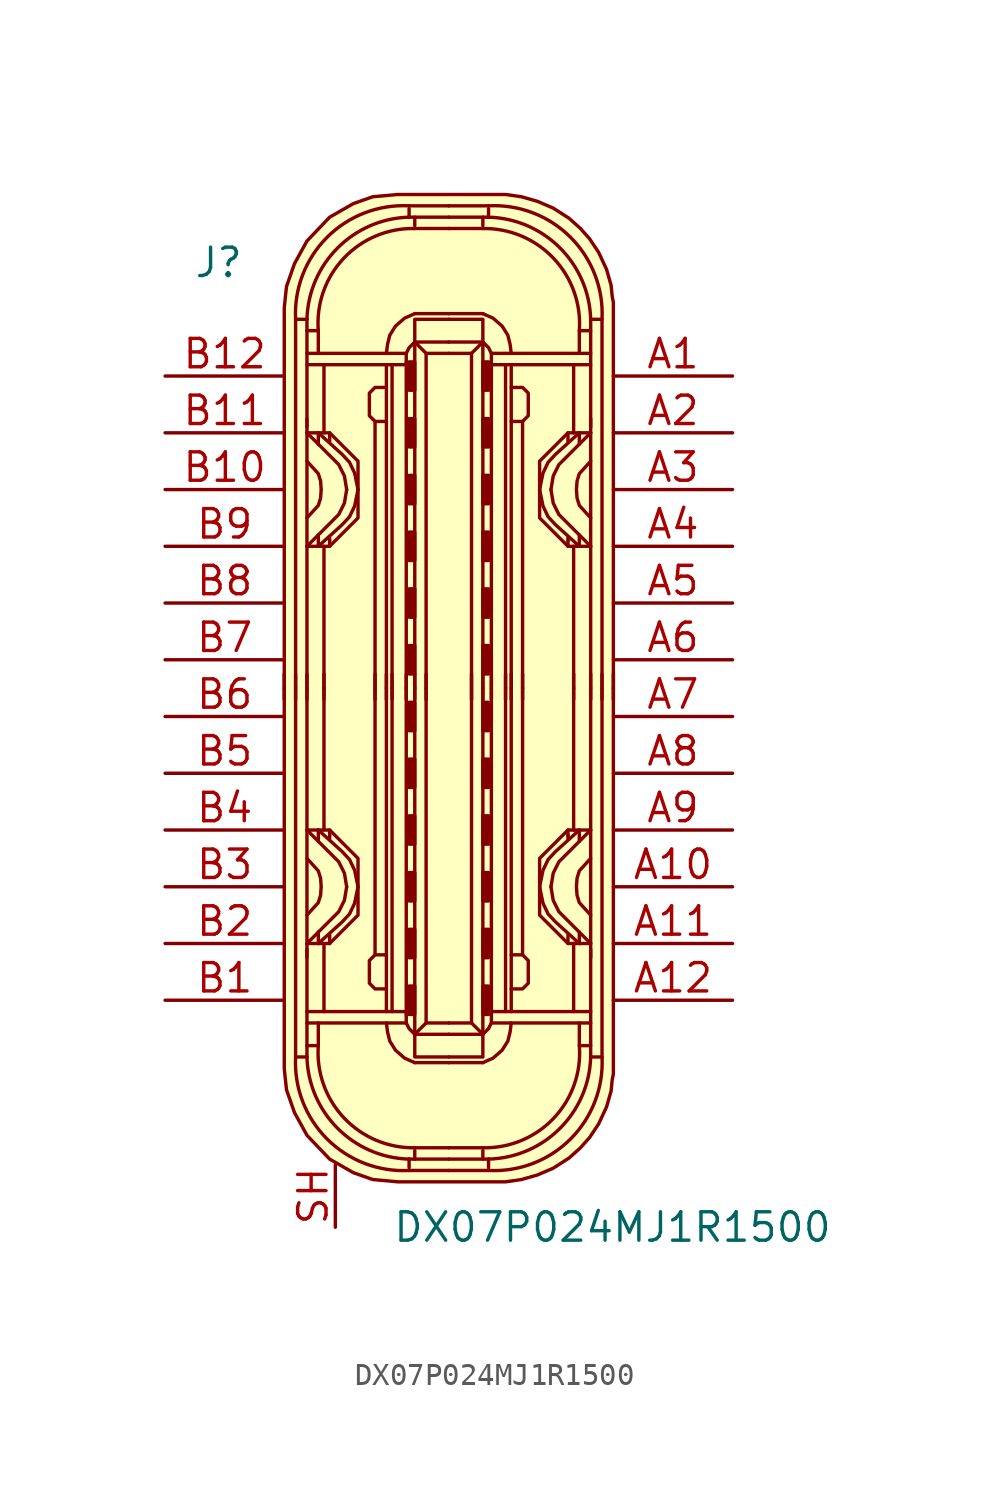
<source format=kicad_sym>
(kicad_symbol_lib
  (version 20201005)
  (generator kicad_symbol_editor)
  (symbol "DX07P024MJ1R1500"
    (pin_names
      (offset 1.016))
    (property "Reference" "J"
      (at -11.43 19.05 0)
      (effects (font (size 1.27 1.27)) (justify left)))
    (property "Value" "DX07P024MJ1R1500"
      (at -2.54 -24.13 0)
      (effects (font (size 1.27 1.27)) (justify left)))
    (symbol "DX07P024MJ1R1500_1_1"
      (arc (start -1.778 -21.59) (end -6.858 -16.51) (radius (at -2.032 -16.764) (length 4.826) (angles -87 177)) (stroke (width 0)) (fill (type none)))
      (arc (start -6.858 16.51) (end -1.778 21.59) (radius (at -2.032 16.764) (length 4.826) (angles -177 87)) (stroke (width 0)) (fill (type none)))
      (arc (start -6.35 -16.51) (end -1.778 -21.082) (radius (at -1.651 -16.383) (length 4.699) (angles -178.5 -91.5)) (stroke (width 0)) (fill (type none)))
      (arc (start -1.778 21.082) (end -6.35 16.51) (radius (at -1.651 16.383) (length 4.699) (angles 91.5 178.5)) (stroke (width 0)) (fill (type none)))
      (arc (start -5.842 -16.002) (end -1.524 -20.574) (radius (at -1.6002 -16.3322) (length 4.2672) (angles 175.5 -89)) (stroke (width 0)) (fill (type none)))
      (arc (start -1.524 20.574) (end -5.842 16.002) (radius (at -1.6002 16.3322) (length 4.2672) (angles 89 -175.5)) (stroke (width 0)) (fill (type none)))
      (arc (start 1.524 -20.574) (end 5.842 -16.002) (radius (at 1.6002 -16.3322) (length 4.2672) (angles -91 4.5)) (stroke (width 0)) (fill (type none)))
      (arc (start 5.842 16.002) (end 1.524 20.574) (radius (at 1.6002 16.3322) (length 4.2672) (angles -4.5 91)) (stroke (width 0)) (fill (type none)))
      (arc (start 1.778 -21.082) (end 6.35 -16.51) (radius (at 1.651 -16.383) (length 4.699) (angles -88.5 -1.5)) (stroke (width 0)) (fill (type none)))
      (arc (start 6.35 16.51) (end 1.778 21.082) (radius (at 1.651 16.383) (length 4.699) (angles 1.5 88.5)) (stroke (width 0)) (fill (type none)))
      (arc (start 6.858 -16.51) (end 1.778 -21.59) (radius (at 2.032 -16.764) (length 4.826) (angles 3 -93)) (stroke (width 0)) (fill (type none)))
      (arc (start 1.778 21.59) (end 6.858 16.51) (radius (at 2.032 16.764) (length 4.826) (angles 93 -3)) (stroke (width 0)) (fill (type none)))
      (rectangle (start -1.778 -14.605) (end -1.524 -13.335) (stroke (width 0)) (fill (type outline)))
      (rectangle (start -1.778 -12.065) (end -1.524 -10.795) (stroke (width 0)) (fill (type outline)))
      (rectangle (start -1.778 -9.525) (end -1.524 -8.255) (stroke (width 0)) (fill (type outline)))
      (rectangle (start -1.778 -6.985) (end -1.524 -5.715) (stroke (width 0)) (fill (type outline)))
      (rectangle (start -1.778 -4.445) (end -1.524 -3.175) (stroke (width 0)) (fill (type outline)))
      (rectangle (start -1.778 -1.905) (end -1.524 -0.635) (stroke (width 0)) (fill (type outline)))
      (rectangle (start -1.778 1.905) (end -1.524 0.635) (stroke (width 0)) (fill (type outline)))
      (rectangle (start -1.778 4.445) (end -1.524 3.175) (stroke (width 0)) (fill (type outline)))
      (rectangle (start -1.778 6.985) (end -1.524 5.715) (stroke (width 0)) (fill (type outline)))
      (rectangle (start -1.778 9.525) (end -1.524 8.255) (stroke (width 0)) (fill (type outline)))
      (rectangle (start -1.778 12.065) (end -1.524 10.795) (stroke (width 0)) (fill (type outline)))
      (rectangle (start -1.778 14.605) (end -1.524 13.335) (stroke (width 0)) (fill (type outline)))
      (rectangle (start 1.778 -14.605) (end 1.524 -13.335) (stroke (width 0)) (fill (type outline)))
      (rectangle (start 1.778 -12.065) (end 1.524 -10.795) (stroke (width 0)) (fill (type outline)))
      (rectangle (start 1.778 -9.525) (end 1.524 -8.255) (stroke (width 0)) (fill (type outline)))
      (rectangle (start 1.778 -6.985) (end 1.524 -5.715) (stroke (width 0)) (fill (type outline)))
      (rectangle (start 1.778 -4.445) (end 1.524 -3.175) (stroke (width 0)) (fill (type outline)))
      (rectangle (start 1.778 -1.905) (end 1.524 -0.635) (stroke (width 0)) (fill (type outline)))
      (rectangle (start 1.778 1.905) (end 1.524 0.635) (stroke (width 0)) (fill (type outline)))
      (rectangle (start 1.778 4.445) (end 1.524 3.175) (stroke (width 0)) (fill (type outline)))
      (rectangle (start 1.778 6.985) (end 1.524 5.715) (stroke (width 0)) (fill (type outline)))
      (rectangle (start 1.778 9.525) (end 1.524 8.255) (stroke (width 0)) (fill (type outline)))
      (rectangle (start 1.778 12.065) (end 1.524 10.795) (stroke (width 0)) (fill (type outline)))
      (rectangle (start 1.778 14.605) (end 1.524 13.335) (stroke (width 0)) (fill (type outline)))
      (polyline (pts (xy -7.366 -0.508) (xy -7.366 0.635)) (stroke (width 0)) (fill (type none)))
      (polyline (pts (xy -6.858 -0.508) (xy -6.858 0.635)) (stroke (width 0)) (fill (type none)))
      (polyline (pts (xy -6.35 -14.986) (xy -1.905 -14.986)) (stroke (width 0)) (fill (type none)))
      (polyline (pts (xy -6.35 -12.065) (xy -6.35 0)) (stroke (width 0)) (fill (type none)))
      (polyline (pts (xy -6.35 -0.508) (xy -6.35 0.635)) (stroke (width 0)) (fill (type none)))
      (polyline (pts (xy -6.35 12.065) (xy -6.35 0)) (stroke (width 0)) (fill (type none)))
      (polyline (pts (xy -6.35 14.986) (xy -1.905 14.986)) (stroke (width 0)) (fill (type none)))
      (polyline (pts (xy -5.842 -11.43) (xy -5.842 -10.922)) (stroke (width 0)) (fill (type none)))
      (polyline (pts (xy -5.842 -6.35) (xy -5.842 -6.858)) (stroke (width 0)) (fill (type none)))
      (polyline (pts (xy -5.842 6.35) (xy -5.842 6.858)) (stroke (width 0)) (fill (type none)))
      (polyline (pts (xy -5.842 11.43) (xy -5.842 10.922)) (stroke (width 0)) (fill (type none)))
      (polyline (pts (xy -5.588 -14.478) (xy -5.588 -11.43)) (stroke (width 0)) (fill (type none)))
      (polyline (pts (xy -5.588 -6.35) (xy -5.588 0)) (stroke (width 0)) (fill (type none)))
      (polyline (pts (xy -5.588 -0.508) (xy -5.588 0.635)) (stroke (width 0)) (fill (type none)))
      (polyline (pts (xy -5.588 6.35) (xy -5.588 0)) (stroke (width 0)) (fill (type none)))
      (polyline (pts (xy -5.588 14.478) (xy -5.588 11.43)) (stroke (width 0)) (fill (type none)))
      (polyline (pts (xy -5.334 -11.43) (xy -5.334 -11.049)) (stroke (width 0)) (fill (type none)))
      (polyline (pts (xy -5.334 -6.604) (xy -5.334 -6.731)) (stroke (width 0)) (fill (type none)))
      (polyline (pts (xy -5.334 -6.35) (xy -5.334 -6.604)) (stroke (width 0)) (fill (type none)))
      (polyline (pts (xy -5.334 6.35) (xy -5.334 6.604)) (stroke (width 0)) (fill (type none)))
      (polyline (pts (xy -5.334 6.604) (xy -5.334 6.731)) (stroke (width 0)) (fill (type none)))
      (polyline (pts (xy -5.334 11.43) (xy -5.334 11.049)) (stroke (width 0)) (fill (type none)))
      (polyline (pts (xy -3.302 -0.508) (xy -3.302 0.635)) (stroke (width 0)) (fill (type none)))
      (polyline (pts (xy -3.302 0) (xy -3.302 -11.938)) (stroke (width 0)) (fill (type none)))
      (polyline (pts (xy -3.302 0) (xy -3.302 11.938)) (stroke (width 0)) (fill (type none)))
      (polyline (pts (xy -2.794 -0.508) (xy -2.794 0.635)) (stroke (width 0)) (fill (type none)))
      (polyline (pts (xy -2.794 0) (xy -2.794 -14.478)) (stroke (width 0)) (fill (type none)))
      (polyline (pts (xy -2.794 0) (xy -2.794 14.478)) (stroke (width 0)) (fill (type none)))
      (polyline (pts (xy -2.54 -14.478) (xy -2.54 0)) (stroke (width 0)) (fill (type none)))
      (polyline (pts (xy -2.54 -0.508) (xy -2.54 0.635)) (stroke (width 0)) (fill (type none)))
      (polyline (pts (xy -2.54 14.478) (xy -2.54 0)) (stroke (width 0)) (fill (type none)))
      (polyline (pts (xy -1.905 -14.478) (xy -6.35 -14.478)) (stroke (width 0)) (fill (type none)))
      (polyline (pts (xy -1.905 -0.508) (xy -1.905 0.635)) (stroke (width 0)) (fill (type none)))
      (polyline (pts (xy -1.905 0) (xy -1.905 -14.605)) (stroke (width 0)) (fill (type none)))
      (polyline (pts (xy -1.905 0) (xy -1.905 14.605)) (stroke (width 0)) (fill (type none)))
      (polyline (pts (xy -1.905 14.478) (xy -6.35 14.478)) (stroke (width 0)) (fill (type none)))
      (polyline (pts (xy -1.778 -21.59) (xy 0 -21.59)) (stroke (width 0)) (fill (type background)))
      (polyline (pts (xy -1.778 -21.082) (xy -1.778 -21.463)) (stroke (width 0)) (fill (type none)))
      (polyline (pts (xy -1.778 -21.082) (xy 0 -21.082)) (stroke (width 0)) (fill (type none)))
      (polyline (pts (xy -1.778 21.082) (xy -1.778 21.463)) (stroke (width 0)) (fill (type none)))
      (polyline (pts (xy -1.778 21.082) (xy 0 21.082)) (stroke (width 0)) (fill (type none)))
      (polyline (pts (xy -1.778 21.59) (xy 0 21.59)) (stroke (width 0)) (fill (type background)))
      (polyline (pts (xy -1.524 -20.701) (xy -1.524 -21.082)) (stroke (width 0)) (fill (type none)))
      (polyline (pts (xy -1.524 -20.574) (xy 0 -20.574)) (stroke (width 0)) (fill (type none)))
      (polyline (pts (xy -1.524 -0.508) (xy -1.524 0.635)) (stroke (width 0)) (fill (type none)))
      (polyline (pts (xy -1.524 20.574) (xy 0 20.574)) (stroke (width 0)) (fill (type none)))
      (polyline (pts (xy -1.524 20.701) (xy -1.524 21.082)) (stroke (width 0)) (fill (type none)))
      (polyline (pts (xy -1.016 -14.986) (xy -1.524 -15.494)) (stroke (width 0)) (fill (type none)))
      (polyline (pts (xy -1.016 -0.508) (xy -1.016 0.635)) (stroke (width 0)) (fill (type none)))
      (polyline (pts (xy -1.016 14.986) (xy -1.524 15.494)) (stroke (width 0)) (fill (type none)))
      (polyline (pts (xy 0 -16.764) (xy -1.524 -16.764)) (stroke (width 0)) (fill (type none)))
      (polyline (pts (xy 0 -16.764) (xy 1.524 -16.764)) (stroke (width 0)) (fill (type none)))
      (polyline (pts (xy 0 16.764) (xy -1.524 16.764)) (stroke (width 0)) (fill (type none)))
      (polyline (pts (xy 0 16.764) (xy 1.524 16.764)) (stroke (width 0)) (fill (type none)))
      (polyline (pts (xy 1.016 -14.986) (xy 1.524 -15.494)) (stroke (width 0)) (fill (type none)))
      (polyline (pts (xy 1.016 -0.508) (xy 1.016 0.635)) (stroke (width 0)) (fill (type none)))
      (polyline (pts (xy 1.016 14.986) (xy 1.524 15.494)) (stroke (width 0)) (fill (type none)))
      (polyline (pts (xy 1.524 -20.701) (xy 1.524 -21.082)) (stroke (width 0)) (fill (type none)))
      (polyline (pts (xy 1.524 -20.574) (xy 0 -20.574)) (stroke (width 0)) (fill (type none)))
      (polyline (pts (xy 1.524 -0.508) (xy 1.524 0.635)) (stroke (width 0)) (fill (type none)))
      (polyline (pts (xy 1.524 20.574) (xy 0 20.574)) (stroke (width 0)) (fill (type none)))
      (polyline (pts (xy 1.524 20.701) (xy 1.524 21.082)) (stroke (width 0)) (fill (type none)))
      (polyline (pts (xy 1.778 -21.59) (xy 0 -21.59)) (stroke (width 0)) (fill (type background)))
      (polyline (pts (xy 1.778 -21.082) (xy 0 -21.082)) (stroke (width 0)) (fill (type none)))
      (polyline (pts (xy 1.778 -21.082) (xy 1.778 -21.463)) (stroke (width 0)) (fill (type none)))
      (polyline (pts (xy 1.778 21.082) (xy 0 21.082)) (stroke (width 0)) (fill (type none)))
      (polyline (pts (xy 1.778 21.082) (xy 1.778 21.463)) (stroke (width 0)) (fill (type none)))
      (polyline (pts (xy 1.778 21.59) (xy 0 21.59)) (stroke (width 0)) (fill (type background)))
      (polyline (pts (xy 1.905 -14.478) (xy 6.35 -14.478)) (stroke (width 0)) (fill (type none)))
      (polyline (pts (xy 1.905 -0.508) (xy 1.905 0.635)) (stroke (width 0)) (fill (type none)))
      (polyline (pts (xy 1.905 0) (xy 1.905 -14.605)) (stroke (width 0)) (fill (type none)))
      (polyline (pts (xy 1.905 0) (xy 1.905 14.605)) (stroke (width 0)) (fill (type none)))
      (polyline (pts (xy 1.905 14.478) (xy 6.35 14.478)) (stroke (width 0)) (fill (type none)))
      (polyline (pts (xy 2.54 -14.478) (xy 2.54 0)) (stroke (width 0)) (fill (type none)))
      (polyline (pts (xy 2.54 -0.508) (xy 2.54 0.635)) (stroke (width 0)) (fill (type none)))
      (polyline (pts (xy 2.54 14.478) (xy 2.54 0)) (stroke (width 0)) (fill (type none)))
      (polyline (pts (xy 2.794 -0.508) (xy 2.794 0.635)) (stroke (width 0)) (fill (type none)))
      (polyline (pts (xy 2.794 0) (xy 2.794 -14.478)) (stroke (width 0)) (fill (type none)))
      (polyline (pts (xy 2.794 0) (xy 2.794 14.478)) (stroke (width 0)) (fill (type none)))
      (polyline (pts (xy 3.302 -0.508) (xy 3.302 0.635)) (stroke (width 0)) (fill (type none)))
      (polyline (pts (xy 3.302 0) (xy 3.302 -11.938)) (stroke (width 0)) (fill (type none)))
      (polyline (pts (xy 3.302 0) (xy 3.302 11.938)) (stroke (width 0)) (fill (type none)))
      (polyline (pts (xy 5.334 -11.43) (xy 5.334 -11.049)) (stroke (width 0)) (fill (type none)))
      (polyline (pts (xy 5.334 -6.604) (xy 5.334 -6.731)) (stroke (width 0)) (fill (type none)))
      (polyline (pts (xy 5.334 -6.35) (xy 5.334 -6.604)) (stroke (width 0)) (fill (type none)))
      (polyline (pts (xy 5.334 6.35) (xy 5.334 6.604)) (stroke (width 0)) (fill (type none)))
      (polyline (pts (xy 5.334 6.604) (xy 5.334 6.731)) (stroke (width 0)) (fill (type none)))
      (polyline (pts (xy 5.334 11.43) (xy 5.334 11.049)) (stroke (width 0)) (fill (type none)))
      (polyline (pts (xy 5.588 -14.478) (xy 5.588 -11.43)) (stroke (width 0)) (fill (type none)))
      (polyline (pts (xy 5.588 -6.35) (xy 5.588 0)) (stroke (width 0)) (fill (type none)))
      (polyline (pts (xy 5.588 -0.508) (xy 5.588 0.635)) (stroke (width 0)) (fill (type none)))
      (polyline (pts (xy 5.588 6.35) (xy 5.588 0)) (stroke (width 0)) (fill (type none)))
      (polyline (pts (xy 5.588 14.478) (xy 5.588 11.43)) (stroke (width 0)) (fill (type none)))
      (polyline (pts (xy 5.842 -11.43) (xy 5.842 -10.922)) (stroke (width 0)) (fill (type none)))
      (polyline (pts (xy 5.842 -6.35) (xy 5.842 -6.858)) (stroke (width 0)) (fill (type none)))
      (polyline (pts (xy 5.842 6.35) (xy 5.842 6.858)) (stroke (width 0)) (fill (type none)))
      (polyline (pts (xy 5.842 11.43) (xy 5.842 10.922)) (stroke (width 0)) (fill (type none)))
      (polyline (pts (xy 6.35 -14.986) (xy 1.905 -14.986)) (stroke (width 0)) (fill (type none)))
      (polyline (pts (xy 6.35 -12.065) (xy 6.35 0)) (stroke (width 0)) (fill (type none)))
      (polyline (pts (xy 6.35 -0.508) (xy 6.35 0.635)) (stroke (width 0)) (fill (type none)))
      (polyline (pts (xy 6.35 12.065) (xy 6.35 0)) (stroke (width 0)) (fill (type none)))
      (polyline (pts (xy 6.35 14.986) (xy 1.905 14.986)) (stroke (width 0)) (fill (type none)))
      (polyline (pts (xy 6.858 -0.508) (xy 6.858 0.635)) (stroke (width 0)) (fill (type none)))
      (polyline (pts (xy 7.366 -0.508) (xy 7.366 0.635)) (stroke (width 0)) (fill (type none)))
      (polyline (pts (xy -6.35 -16.51) (xy -6.858 -16.51) (xy -6.858 0)) (stroke (width 0)) (fill (type none)))
      (polyline (pts (xy -6.35 -11.684) (xy -6.35 -15.875) (xy -6.35 -16.51)) (stroke (width 0)) (fill (type none)))
      (polyline (pts (xy -6.35 11.684) (xy -6.35 15.875) (xy -6.35 16.51)) (stroke (width 0)) (fill (type none)))
      (polyline (pts (xy -6.35 16.51) (xy -6.858 16.51) (xy -6.858 0)) (stroke (width 0)) (fill (type none)))
      (polyline (pts (xy -5.842 -14.986) (xy -5.842 -16.002) (xy -6.35 -16.002)) (stroke (width 0)) (fill (type none)))
      (polyline (pts (xy -5.842 14.986) (xy -5.842 16.002) (xy -6.35 16.002)) (stroke (width 0)) (fill (type none)))
      (polyline (pts (xy -1.524 0) (xy -1.524 -15.494) (xy 0 -15.494)) (stroke (width 0)) (fill (type none)))
      (polyline (pts (xy -1.524 0) (xy -1.524 15.494) (xy 0 15.494)) (stroke (width 0)) (fill (type none)))
      (polyline (pts (xy -1.016 0) (xy -1.016 -14.986) (xy 0 -14.986)) (stroke (width 0)) (fill (type none)))
      (polyline (pts (xy -1.016 0) (xy -1.016 14.986) (xy 0 14.986)) (stroke (width 0)) (fill (type none)))
      (polyline (pts (xy 1.016 0) (xy 1.016 -14.986) (xy 0 -14.986)) (stroke (width 0)) (fill (type none)))
      (polyline (pts (xy 1.016 0) (xy 1.016 14.986) (xy 0 14.986)) (stroke (width 0)) (fill (type none)))
      (polyline (pts (xy 1.524 0) (xy 1.524 -15.494) (xy 0 -15.494)) (stroke (width 0)) (fill (type none)))
      (polyline (pts (xy 1.524 0) (xy 1.524 15.494) (xy 0 15.494)) (stroke (width 0)) (fill (type none)))
      (polyline (pts (xy 5.842 -14.986) (xy 5.842 -16.002) (xy 6.35 -16.002)) (stroke (width 0)) (fill (type none)))
      (polyline (pts (xy 5.842 14.986) (xy 5.842 16.002) (xy 6.35 16.002)) (stroke (width 0)) (fill (type none)))
      (polyline (pts (xy 6.35 -16.51) (xy 6.858 -16.51) (xy 6.858 0)) (stroke (width 0)) (fill (type none)))
      (polyline (pts (xy 6.35 -11.684) (xy 6.35 -15.875) (xy 6.35 -16.51)) (stroke (width 0)) (fill (type none)))
      (polyline (pts (xy 6.35 11.684) (xy 6.35 15.875) (xy 6.35 16.51)) (stroke (width 0)) (fill (type none)))
      (polyline (pts (xy 6.35 16.51) (xy 6.858 16.51) (xy 6.858 0)) (stroke (width 0)) (fill (type none)))
      (polyline (pts (xy -6.35 -11.43) (xy -4.928 -10.008) (xy -4.674 -9.5) (xy -4.572 -8.89)) (stroke (width 0)) (fill (type none)))
      (polyline (pts (xy -6.35 -10.16) (xy -5.842 -9.601) (xy -5.74 -9.271) (xy -5.715 -8.915)) (stroke (width 0)) (fill (type none)))
      (polyline (pts (xy -6.35 -7.62) (xy -5.842 -8.179) (xy -5.74 -8.509) (xy -5.715 -8.865)) (stroke (width 0)) (fill (type none)))
      (polyline (pts (xy -6.35 -6.35) (xy -4.928 -7.772) (xy -4.674 -8.28) (xy -4.572 -8.89)) (stroke (width 0)) (fill (type none)))
      (polyline (pts (xy -6.35 6.35) (xy -4.928 7.772) (xy -4.674 8.28) (xy -4.572 8.89)) (stroke (width 0)) (fill (type none)))
      (polyline (pts (xy -6.35 7.62) (xy -5.842 8.179) (xy -5.74 8.509) (xy -5.715 8.865)) (stroke (width 0)) (fill (type none)))
      (polyline (pts (xy -6.35 10.16) (xy -5.842 9.601) (xy -5.74 9.271) (xy -5.715 8.915)) (stroke (width 0)) (fill (type none)))
      (polyline (pts (xy -6.35 11.43) (xy -4.928 10.008) (xy -4.674 9.5) (xy -4.572 8.89)) (stroke (width 0)) (fill (type none)))
      (polyline (pts (xy -1.905 -14.605) (xy -1.905 -14.986) (xy -1.778 -15.24) (xy -1.524 -15.494)) (stroke (width 0)) (fill (type none)))
      (polyline (pts (xy -1.905 14.605) (xy -1.905 14.986) (xy -1.778 15.24) (xy -1.524 15.494)) (stroke (width 0)) (fill (type none)))
      (polyline (pts (xy 0 -16.51) (xy -1.397 -16.51) (xy -1.524 -16.51) (xy -1.524 -15.494)) (stroke (width 0)) (fill (type none)))
      (polyline (pts (xy 0 -16.51) (xy 1.397 -16.51) (xy 1.524 -16.51) (xy 1.524 -15.494)) (stroke (width 0)) (fill (type none)))
      (polyline (pts (xy 0 16.51) (xy -1.397 16.51) (xy -1.524 16.51) (xy -1.524 15.494)) (stroke (width 0)) (fill (type none)))
      (polyline (pts (xy 0 16.51) (xy 1.397 16.51) (xy 1.524 16.51) (xy 1.524 15.494)) (stroke (width 0)) (fill (type none)))
      (polyline (pts (xy 1.905 -14.605) (xy 1.905 -14.986) (xy 1.778 -15.24) (xy 1.524 -15.494)) (stroke (width 0)) (fill (type none)))
      (polyline (pts (xy 1.905 14.605) (xy 1.905 14.986) (xy 1.778 15.24) (xy 1.524 15.494)) (stroke (width 0)) (fill (type none)))
      (polyline (pts (xy 6.35 -11.43) (xy 4.928 -10.008) (xy 4.674 -9.5) (xy 4.572 -8.89)) (stroke (width 0)) (fill (type none)))
      (polyline (pts (xy 6.35 -10.16) (xy 5.842 -9.601) (xy 5.74 -9.271) (xy 5.715 -8.915)) (stroke (width 0)) (fill (type none)))
      (polyline (pts (xy 6.35 -7.62) (xy 5.842 -8.179) (xy 5.74 -8.509) (xy 5.715 -8.865)) (stroke (width 0)) (fill (type none)))
      (polyline (pts (xy 6.35 -6.35) (xy 4.928 -7.772) (xy 4.674 -8.28) (xy 4.572 -8.89)) (stroke (width 0)) (fill (type none)))
      (polyline (pts (xy 6.35 6.35) (xy 4.928 7.772) (xy 4.674 8.28) (xy 4.572 8.89)) (stroke (width 0)) (fill (type none)))
      (polyline (pts (xy 6.35 7.62) (xy 5.842 8.179) (xy 5.74 8.509) (xy 5.715 8.865)) (stroke (width 0)) (fill (type none)))
      (polyline (pts (xy 6.35 10.16) (xy 5.842 9.601) (xy 5.74 9.271) (xy 5.715 8.915)) (stroke (width 0)) (fill (type none)))
      (polyline (pts (xy 6.35 11.43) (xy 4.928 10.008) (xy 4.674 9.5) (xy 4.572 8.89)) (stroke (width 0)) (fill (type none)))
      (polyline (pts (xy -5.842 -11.43) (xy -4.775 -10.465) (xy -4.445 -10.109) (xy -4.216 -9.627) (xy -4.064 -8.89)) (stroke (width 0)) (fill (type none)))
      (polyline (pts (xy -5.842 -6.35) (xy -4.775 -7.315) (xy -4.445 -7.671) (xy -4.216 -8.153) (xy -4.064 -8.89)) (stroke (width 0)) (fill (type none)))
      (polyline (pts (xy -5.842 6.35) (xy -4.775 7.315) (xy -4.445 7.671) (xy -4.216 8.153) (xy -4.064 8.89)) (stroke (width 0)) (fill (type none)))
      (polyline (pts (xy -5.842 11.43) (xy -4.775 10.465) (xy -4.445 10.109) (xy -4.216 9.627) (xy -4.064 8.89)) (stroke (width 0)) (fill (type none)))
      (polyline (pts (xy 5.842 -11.43) (xy 4.775 -10.465) (xy 4.445 -10.109) (xy 4.216 -9.627) (xy 4.064 -8.89)) (stroke (width 0)) (fill (type none)))
      (polyline (pts (xy 5.842 -6.35) (xy 4.775 -7.315) (xy 4.445 -7.671) (xy 4.216 -8.153) (xy 4.064 -8.89)) (stroke (width 0)) (fill (type none)))
      (polyline (pts (xy 5.842 6.35) (xy 4.775 7.315) (xy 4.445 7.671) (xy 4.216 8.153) (xy 4.064 8.89)) (stroke (width 0)) (fill (type none)))
      (polyline (pts (xy 5.842 11.43) (xy 4.775 10.465) (xy 4.445 10.109) (xy 4.216 9.627) (xy 4.064 8.89)) (stroke (width 0)) (fill (type none)))
      (polyline (pts (xy -6.35 -11.43) (xy -5.334 -11.43) (xy -4.064 -10.16) (xy -4.064 -7.62) (xy -5.334 -6.35) (xy -6.35 -6.35)) (stroke (width 0)) (fill (type none)))
      (polyline (pts (xy -6.35 11.43) (xy -5.334 11.43) (xy -4.064 10.16) (xy -4.064 7.62) (xy -5.334 6.35) (xy -6.35 6.35)) (stroke (width 0)) (fill (type none)))
      (polyline (pts (xy -2.794 -14.986) (xy -2.743 -15.392) (xy -2.642 -15.799) (xy -2.388 -16.205) (xy -1.981 -16.561) (xy -1.524 -16.764)) (stroke (width 0)) (fill (type none)))
      (polyline (pts (xy -2.794 -13.462) (xy -3.302 -13.462) (xy -3.556 -13.208) (xy -3.556 -12.192) (xy -3.302 -11.938) (xy -2.794 -11.938)) (stroke (width 0)) (fill (type none)))
      (polyline (pts (xy -2.794 13.462) (xy -3.302 13.462) (xy -3.556 13.208) (xy -3.556 12.192) (xy -3.302 11.938) (xy -2.794 11.938)) (stroke (width 0)) (fill (type none)))
      (polyline (pts (xy -2.794 14.986) (xy -2.743 15.392) (xy -2.642 15.799) (xy -2.388 16.205) (xy -1.981 16.561) (xy -1.524 16.764)) (stroke (width 0)) (fill (type none)))
      (polyline (pts (xy 2.794 -14.986) (xy 2.743 -15.392) (xy 2.642 -15.799) (xy 2.388 -16.205) (xy 1.981 -16.561) (xy 1.524 -16.764)) (stroke (width 0)) (fill (type none)))
      (polyline (pts (xy 2.794 -13.462) (xy 3.302 -13.462) (xy 3.556 -13.208) (xy 3.556 -12.192) (xy 3.302 -11.938) (xy 2.794 -11.938)) (stroke (width 0)) (fill (type none)))
      (polyline (pts (xy 2.794 13.462) (xy 3.302 13.462) (xy 3.556 13.208) (xy 3.556 12.192) (xy 3.302 11.938) (xy 2.794 11.938)) (stroke (width 0)) (fill (type none)))
      (polyline (pts (xy 2.794 14.986) (xy 2.743 15.392) (xy 2.642 15.799) (xy 2.388 16.205) (xy 1.981 16.561) (xy 1.524 16.764)) (stroke (width 0)) (fill (type none)))
      (polyline (pts (xy 6.35 -11.43) (xy 5.334 -11.43) (xy 4.064 -10.16) (xy 4.064 -7.62) (xy 5.334 -6.35) (xy 6.35 -6.35)) (stroke (width 0)) (fill (type none)))
      (polyline (pts (xy 6.35 11.43) (xy 5.334 11.43) (xy 4.064 10.16) (xy 4.064 7.62) (xy 5.334 6.35) (xy 6.35 6.35)) (stroke (width 0)) (fill (type none)))
      (polyline (pts (xy 7.366 0) (xy 7.366 -17.018) (xy 7.366 -17.272) (xy 7.315 -17.526) (xy 7.264 -18.034) (xy 7.061 -18.745) (xy 6.706 -19.507) (xy 6.299 -20.117) (xy 5.893 -20.574) (xy 5.385 -21.031) (xy 4.674 -21.488) (xy 3.962 -21.793) (xy 3.251 -21.996) (xy 2.54 -22.098) (xy -2.286 -22.098) (xy -3.404 -21.996) (xy -4.267 -21.692) (xy -5.334 -21.082) (xy -6.35 -20.015) (xy -6.909 -18.999) (xy -7.264 -17.983) (xy -7.315 -17.526) (xy -7.366 -17.018) (xy -7.366 0)) (stroke (width 0)) (fill (type background)))
      (polyline (pts (xy 7.366 0) (xy 7.366 17.018) (xy 7.366 17.272) (xy 7.315 17.526) (xy 7.264 18.034) (xy 7.061 18.745) (xy 6.706 19.507) (xy 6.299 20.117) (xy 5.893 20.574) (xy 5.385 21.031) (xy 4.674 21.488) (xy 3.962 21.793) (xy 3.251 21.996) (xy 2.54 22.098) (xy -2.286 22.098) (xy -3.404 21.996) (xy -4.267 21.692) (xy -5.334 21.082) (xy -6.35 20.015) (xy -6.909 18.999) (xy -7.264 17.983) (xy -7.315 17.526) (xy -7.366 17.018) (xy -7.366 0)) (stroke (width 0)) (fill (type background)))
      (pin passive line (at 12.7 13.97 180) (length 5.334) (name "~" (effects (font (size 1.27 1.27)))) (number "A1" (effects (font (size 1.27 1.27)))))
      (pin passive line (at 12.7 -8.89 180) (length 5.334) (name "~" (effects (font (size 1.27 1.27)))) (number "A10" (effects (font (size 1.27 1.27)))))
      (pin passive line (at 12.7 -11.43 180) (length 5.334) (name "~" (effects (font (size 1.27 1.27)))) (number "A11" (effects (font (size 1.27 1.27)))))
      (pin passive line (at 12.7 -13.97 180) (length 5.334) (name "~" (effects (font (size 1.27 1.27)))) (number "A12" (effects (font (size 1.27 1.27)))))
      (pin passive line (at 12.7 11.43 180) (length 5.334) (name "~" (effects (font (size 1.27 1.27)))) (number "A2" (effects (font (size 1.27 1.27)))))
      (pin passive line (at 12.7 8.89 180) (length 5.334) (name "~" (effects (font (size 1.27 1.27)))) (number "A3" (effects (font (size 1.27 1.27)))))
      (pin passive line (at 12.7 6.35 180) (length 5.334) (name "~" (effects (font (size 1.27 1.27)))) (number "A4" (effects (font (size 1.27 1.27)))))
      (pin passive line (at 12.7 3.81 180) (length 5.334) (name "~" (effects (font (size 1.27 1.27)))) (number "A5" (effects (font (size 1.27 1.27)))))
      (pin passive line (at 12.7 1.27 180) (length 5.334) (name "~" (effects (font (size 1.27 1.27)))) (number "A6" (effects (font (size 1.27 1.27)))))
      (pin passive line (at 12.7 -1.27 180) (length 5.334) (name "~" (effects (font (size 1.27 1.27)))) (number "A7" (effects (font (size 1.27 1.27)))))
      (pin passive line (at 12.7 -3.81 180) (length 5.334) (name "~" (effects (font (size 1.27 1.27)))) (number "A8" (effects (font (size 1.27 1.27)))))
      (pin passive line (at 12.7 -6.35 180) (length 5.334) (name "~" (effects (font (size 1.27 1.27)))) (number "A9" (effects (font (size 1.27 1.27)))))
      (pin passive line (at -12.7 -13.97 0) (length 5.334) (name "~" (effects (font (size 1.27 1.27)))) (number "B1" (effects (font (size 1.27 1.27)))))
      (pin passive line (at -12.7 8.89 0) (length 5.334) (name "~" (effects (font (size 1.27 1.27)))) (number "B10" (effects (font (size 1.27 1.27)))))
      (pin passive line (at -12.7 11.43 0) (length 5.334) (name "~" (effects (font (size 1.27 1.27)))) (number "B11" (effects (font (size 1.27 1.27)))))
      (pin passive line (at -12.7 13.97 0) (length 5.334) (name "~" (effects (font (size 1.27 1.27)))) (number "B12" (effects (font (size 1.27 1.27)))))
      (pin passive line (at -12.7 -11.43 0) (length 5.334) (name "~" (effects (font (size 1.27 1.27)))) (number "B2" (effects (font (size 1.27 1.27)))))
      (pin passive line (at -12.7 -8.89 0) (length 5.334) (name "~" (effects (font (size 1.27 1.27)))) (number "B3" (effects (font (size 1.27 1.27)))))
      (pin passive line (at -12.7 -6.35 0) (length 5.334) (name "~" (effects (font (size 1.27 1.27)))) (number "B4" (effects (font (size 1.27 1.27)))))
      (pin passive line (at -12.7 -3.81 0) (length 5.334) (name "~" (effects (font (size 1.27 1.27)))) (number "B5" (effects (font (size 1.27 1.27)))))
      (pin passive line (at -12.7 -1.27 0) (length 5.334) (name "~" (effects (font (size 1.27 1.27)))) (number "B6" (effects (font (size 1.27 1.27)))))
      (pin passive line (at -12.7 1.27 0) (length 5.334) (name "~" (effects (font (size 1.27 1.27)))) (number "B7" (effects (font (size 1.27 1.27)))))
      (pin passive line (at -12.7 3.81 0) (length 5.334) (name "~" (effects (font (size 1.27 1.27)))) (number "B8" (effects (font (size 1.27 1.27)))))
      (pin passive line (at -12.7 6.35 0) (length 5.334) (name "~" (effects (font (size 1.27 1.27)))) (number "B9" (effects (font (size 1.27 1.27)))))
      (pin input line (at -5.08 -24.13 90) (length 2.794) (name "~" (effects (font (size 1.27 1.27)))) (number "SH" (effects (font (size 1.27 1.27))))))))
</source>
